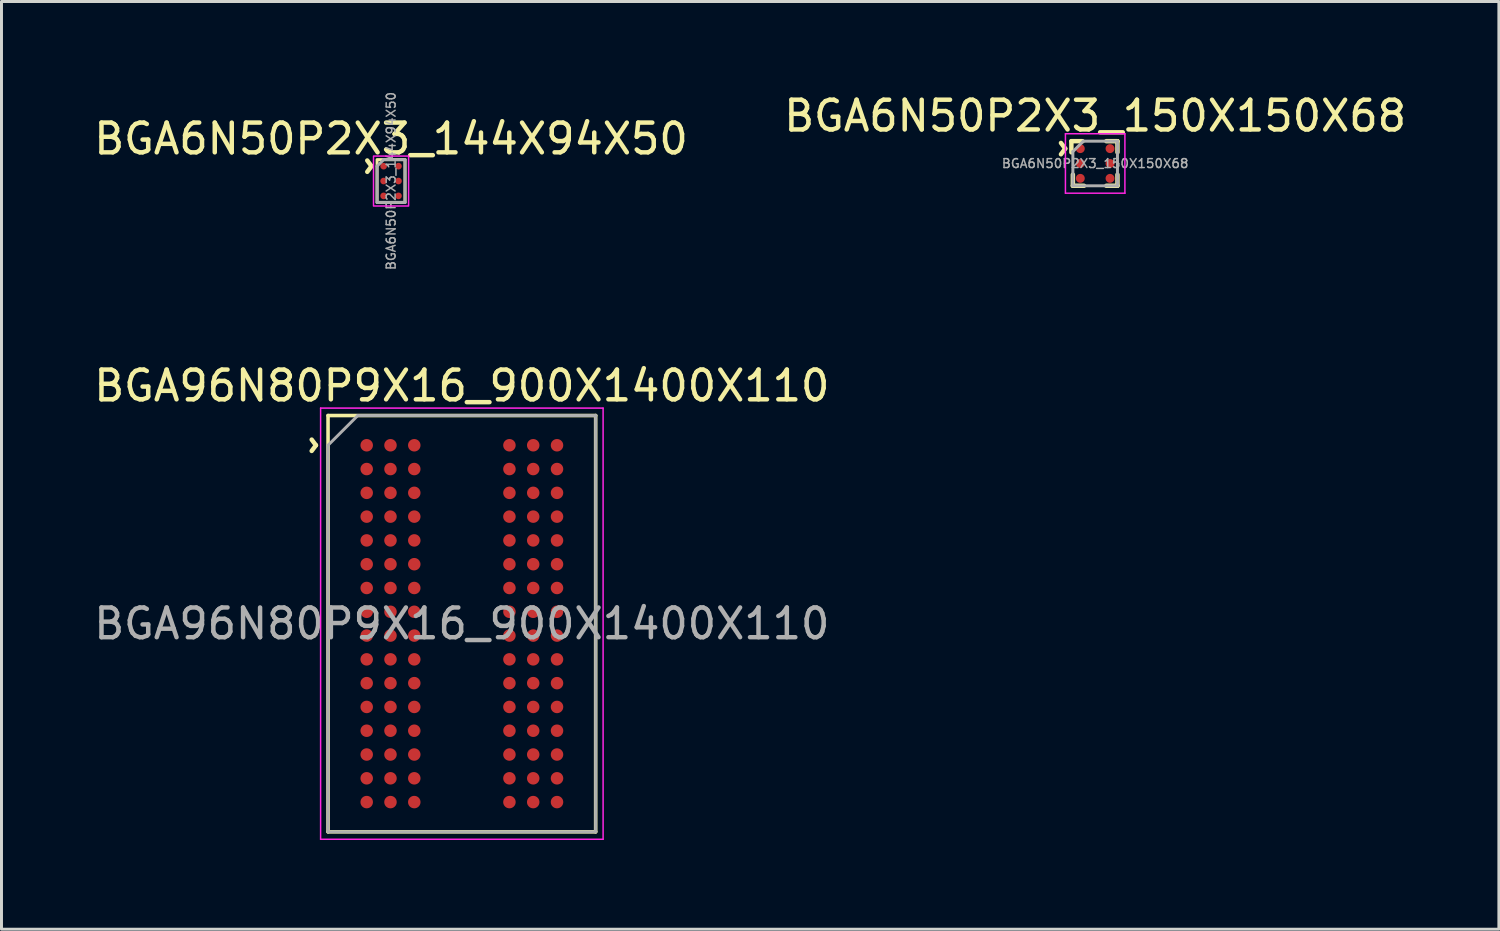
<source format=kicad_pcb>
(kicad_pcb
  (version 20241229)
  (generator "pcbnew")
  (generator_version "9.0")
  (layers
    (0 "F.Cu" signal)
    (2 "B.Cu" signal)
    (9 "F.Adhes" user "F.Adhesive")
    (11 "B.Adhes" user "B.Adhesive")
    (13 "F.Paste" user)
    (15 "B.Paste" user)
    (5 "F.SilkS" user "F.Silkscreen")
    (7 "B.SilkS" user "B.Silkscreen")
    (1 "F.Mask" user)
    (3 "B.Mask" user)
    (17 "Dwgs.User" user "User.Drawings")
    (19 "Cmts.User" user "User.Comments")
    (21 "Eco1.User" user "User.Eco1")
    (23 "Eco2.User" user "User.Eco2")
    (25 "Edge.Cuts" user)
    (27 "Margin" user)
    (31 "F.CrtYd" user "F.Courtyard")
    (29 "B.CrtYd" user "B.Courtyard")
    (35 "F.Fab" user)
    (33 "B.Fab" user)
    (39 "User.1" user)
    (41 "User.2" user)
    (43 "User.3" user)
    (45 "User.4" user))
  (footprint "BGA96N80P9X16_900X1400X110"
    (layer "F.Cu")
    (at 12.482 17.924)
    (property "Reference" "BGA96N80P9X16_900X1400X110" (at 0 -8 0) (layer "F.SilkS") (effects (font (size 1 1) (thickness 0.15))))
    (attr smd)
    (fp_line (start -4.5 -7) (end 4.5 -7) (stroke (width 0.12) (type solid)) (layer "F.SilkS"))
    (fp_line (start -4.5 7) (end -4.5 -7) (stroke (width 0.12) (type solid)) (layer "F.SilkS"))
    (fp_line (start 4.5 7) (end -4.5 7) (stroke (width 0.12) (type solid)) (layer "F.SilkS"))
    (fp_line (start 4.5 7) (end 4.5 -7) (stroke (width 0.12) (type solid)) (layer "F.SilkS"))
    (fp_line (start -4.75 -7.25) (end 4.75 -7.25) (stroke (width 0.05) (type solid)) (layer "F.CrtYd"))
    (fp_line (start -4.75 7.25) (end -4.75 -7.25) (stroke (width 0.05) (type solid)) (layer "F.CrtYd"))
    (fp_line (start 4.75 -7.25) (end 4.75 7.25) (stroke (width 0.05) (type solid)) (layer "F.CrtYd"))
    (fp_line (start 4.75 7.25) (end -4.75 7.25) (stroke (width 0.05) (type solid)) (layer "F.CrtYd"))
    (fp_line (start -4.5 -6) (end -4.5 7) (stroke (width 0.1) (type solid)) (layer "F.Fab"))
    (fp_line (start -4.5 7) (end 4.5 7) (stroke (width 0.1) (type solid)) (layer "F.Fab"))
    (fp_line (start -3.5 -7) (end -4.5 -6) (stroke (width 0.1) (type solid)) (layer "F.Fab"))
    (fp_line (start 4.5 -7) (end -3.5 -7) (stroke (width 0.1) (type solid)) (layer "F.Fab"))
    (fp_line (start 4.5 7) (end 4.5 -7) (stroke (width 0.1) (type solid)) (layer "F.Fab"))
    (fp_text user "^" (at -5.5 -6 270) (unlocked yes) (layer "F.SilkS") (effects (font (size 1 1) (thickness 0.15))))
    (fp_text user "${REFERENCE}" (at 0 0 0) (unlocked yes) (layer "F.Fab") (effects (font (size 1 1) (thickness 0.15))))
    (pad "A1" smd circle (at -3.2 -6) (size 0.42 0.42) (layers "F.Cu" "F.Mask" "F.Paste"))
    (pad "A2" smd circle (at -2.4 -6) (size 0.42 0.42) (layers "F.Cu" "F.Mask" "F.Paste"))
    (pad "A3" smd circle (at -1.6 -6) (size 0.42 0.42) (layers "F.Cu" "F.Mask" "F.Paste"))
    (pad "A7" smd circle (at 1.6 -6) (size 0.42 0.42) (layers "F.Cu" "F.Mask" "F.Paste"))
    (pad "A8" smd circle (at 2.4 -6) (size 0.42 0.42) (layers "F.Cu" "F.Mask" "F.Paste"))
    (pad "A9" smd circle (at 3.2 -6) (size 0.42 0.42) (layers "F.Cu" "F.Mask" "F.Paste"))
    (pad "B1" smd circle (at -3.2 -5.2) (size 0.42 0.42) (layers "F.Cu" "F.Mask" "F.Paste"))
    (pad "B2" smd circle (at -2.4 -5.2) (size 0.42 0.42) (layers "F.Cu" "F.Mask" "F.Paste"))
    (pad "B3" smd circle (at -1.6 -5.2) (size 0.42 0.42) (layers "F.Cu" "F.Mask" "F.Paste"))
    (pad "B7" smd circle (at 1.6 -5.2) (size 0.42 0.42) (layers "F.Cu" "F.Mask" "F.Paste"))
    (pad "B8" smd circle (at 2.4 -5.2) (size 0.42 0.42) (layers "F.Cu" "F.Mask" "F.Paste"))
    (pad "B9" smd circle (at 3.2 -5.2) (size 0.42 0.42) (layers "F.Cu" "F.Mask" "F.Paste"))
    (pad "C1" smd circle (at -3.2 -4.4) (size 0.42 0.42) (layers "F.Cu" "F.Mask" "F.Paste"))
    (pad "C2" smd circle (at -2.4 -4.4) (size 0.42 0.42) (layers "F.Cu" "F.Mask" "F.Paste"))
    (pad "C3" smd circle (at -1.6 -4.4) (size 0.42 0.42) (layers "F.Cu" "F.Mask" "F.Paste"))
    (pad "C7" smd circle (at 1.6 -4.4) (size 0.42 0.42) (layers "F.Cu" "F.Mask" "F.Paste"))
    (pad "C8" smd circle (at 2.4 -4.4) (size 0.42 0.42) (layers "F.Cu" "F.Mask" "F.Paste"))
    (pad "C9" smd circle (at 3.2 -4.4) (size 0.42 0.42) (layers "F.Cu" "F.Mask" "F.Paste"))
    (pad "D1" smd circle (at -3.2 -3.6) (size 0.42 0.42) (layers "F.Cu" "F.Mask" "F.Paste"))
    (pad "D2" smd circle (at -2.4 -3.6) (size 0.42 0.42) (layers "F.Cu" "F.Mask" "F.Paste"))
    (pad "D3" smd circle (at -1.6 -3.6) (size 0.42 0.42) (layers "F.Cu" "F.Mask" "F.Paste"))
    (pad "D7" smd circle (at 1.6 -3.6) (size 0.42 0.42) (layers "F.Cu" "F.Mask" "F.Paste"))
    (pad "D8" smd circle (at 2.4 -3.6) (size 0.42 0.42) (layers "F.Cu" "F.Mask" "F.Paste"))
    (pad "D9" smd circle (at 3.2 -3.6) (size 0.42 0.42) (layers "F.Cu" "F.Mask" "F.Paste"))
    (pad "E1" smd circle (at -3.2 -2.8) (size 0.42 0.42) (layers "F.Cu" "F.Mask" "F.Paste"))
    (pad "E2" smd circle (at -2.4 -2.8) (size 0.42 0.42) (layers "F.Cu" "F.Mask" "F.Paste"))
    (pad "E3" smd circle (at -1.6 -2.8) (size 0.42 0.42) (layers "F.Cu" "F.Mask" "F.Paste"))
    (pad "E7" smd circle (at 1.6 -2.8) (size 0.42 0.42) (layers "F.Cu" "F.Mask" "F.Paste"))
    (pad "E8" smd circle (at 2.4 -2.8) (size 0.42 0.42) (layers "F.Cu" "F.Mask" "F.Paste"))
    (pad "E9" smd circle (at 3.2 -2.8) (size 0.42 0.42) (layers "F.Cu" "F.Mask" "F.Paste"))
    (pad "F1" smd circle (at -3.2 -2) (size 0.42 0.42) (layers "F.Cu" "F.Mask" "F.Paste"))
    (pad "F2" smd circle (at -2.4 -2) (size 0.42 0.42) (layers "F.Cu" "F.Mask" "F.Paste"))
    (pad "F3" smd circle (at -1.6 -2) (size 0.42 0.42) (layers "F.Cu" "F.Mask" "F.Paste"))
    (pad "F7" smd circle (at 1.6 -2) (size 0.42 0.42) (layers "F.Cu" "F.Mask" "F.Paste"))
    (pad "F8" smd circle (at 2.4 -2) (size 0.42 0.42) (layers "F.Cu" "F.Mask" "F.Paste"))
    (pad "F9" smd circle (at 3.2 -2) (size 0.42 0.42) (layers "F.Cu" "F.Mask" "F.Paste"))
    (pad "G1" smd circle (at -3.2 -1.2) (size 0.42 0.42) (layers "F.Cu" "F.Mask" "F.Paste"))
    (pad "G2" smd circle (at -2.4 -1.2) (size 0.42 0.42) (layers "F.Cu" "F.Mask" "F.Paste"))
    (pad "G3" smd circle (at -1.6 -1.2) (size 0.42 0.42) (layers "F.Cu" "F.Mask" "F.Paste"))
    (pad "G7" smd circle (at 1.6 -1.2) (size 0.42 0.42) (layers "F.Cu" "F.Mask" "F.Paste"))
    (pad "G8" smd circle (at 2.4 -1.2) (size 0.42 0.42) (layers "F.Cu" "F.Mask" "F.Paste"))
    (pad "G9" smd circle (at 3.2 -1.2) (size 0.42 0.42) (layers "F.Cu" "F.Mask" "F.Paste"))
    (pad "H1" smd circle (at -3.2 -0.4) (size 0.42 0.42) (layers "F.Cu" "F.Mask" "F.Paste"))
    (pad "H2" smd circle (at -2.4 -0.4) (size 0.42 0.42) (layers "F.Cu" "F.Mask" "F.Paste"))
    (pad "H3" smd circle (at -1.6 -0.4) (size 0.42 0.42) (layers "F.Cu" "F.Mask" "F.Paste"))
    (pad "H7" smd circle (at 1.6 -0.4) (size 0.42 0.42) (layers "F.Cu" "F.Mask" "F.Paste"))
    (pad "H8" smd circle (at 2.4 -0.4) (size 0.42 0.42) (layers "F.Cu" "F.Mask" "F.Paste"))
    (pad "H9" smd circle (at 3.2 -0.4) (size 0.42 0.42) (layers "F.Cu" "F.Mask" "F.Paste"))
    (pad "J1" smd circle (at -3.2 0.4) (size 0.42 0.42) (layers "F.Cu" "F.Mask" "F.Paste"))
    (pad "J2" smd circle (at -2.4 0.4) (size 0.42 0.42) (layers "F.Cu" "F.Mask" "F.Paste"))
    (pad "J3" smd circle (at -1.6 0.4) (size 0.42 0.42) (layers "F.Cu" "F.Mask" "F.Paste"))
    (pad "J7" smd circle (at 1.6 0.4) (size 0.42 0.42) (layers "F.Cu" "F.Mask" "F.Paste"))
    (pad "J8" smd circle (at 2.4 0.4) (size 0.42 0.42) (layers "F.Cu" "F.Mask" "F.Paste"))
    (pad "J9" smd circle (at 3.2 0.4) (size 0.42 0.42) (layers "F.Cu" "F.Mask" "F.Paste"))
    (pad "K1" smd circle (at -3.2 1.2) (size 0.42 0.42) (layers "F.Cu" "F.Mask" "F.Paste"))
    (pad "K2" smd circle (at -2.4 1.2) (size 0.42 0.42) (layers "F.Cu" "F.Mask" "F.Paste"))
    (pad "K3" smd circle (at -1.6 1.2) (size 0.42 0.42) (layers "F.Cu" "F.Mask" "F.Paste"))
    (pad "K7" smd circle (at 1.6 1.2) (size 0.42 0.42) (layers "F.Cu" "F.Mask" "F.Paste"))
    (pad "K8" smd circle (at 2.4 1.2) (size 0.42 0.42) (layers "F.Cu" "F.Mask" "F.Paste"))
    (pad "K9" smd circle (at 3.2 1.2) (size 0.42 0.42) (layers "F.Cu" "F.Mask" "F.Paste"))
    (pad "L1" smd circle (at -3.2 2) (size 0.42 0.42) (layers "F.Cu" "F.Mask" "F.Paste"))
    (pad "L2" smd circle (at -2.4 2) (size 0.42 0.42) (layers "F.Cu" "F.Mask" "F.Paste"))
    (pad "L3" smd circle (at -1.6 2) (size 0.42 0.42) (layers "F.Cu" "F.Mask" "F.Paste"))
    (pad "L7" smd circle (at 1.6 2) (size 0.42 0.42) (layers "F.Cu" "F.Mask" "F.Paste"))
    (pad "L8" smd circle (at 2.4 2) (size 0.42 0.42) (layers "F.Cu" "F.Mask" "F.Paste"))
    (pad "L9" smd circle (at 3.2 2) (size 0.42 0.42) (layers "F.Cu" "F.Mask" "F.Paste"))
    (pad "M1" smd circle (at -3.2 2.8) (size 0.42 0.42) (layers "F.Cu" "F.Mask" "F.Paste"))
    (pad "M2" smd circle (at -2.4 2.8) (size 0.42 0.42) (layers "F.Cu" "F.Mask" "F.Paste"))
    (pad "M3" smd circle (at -1.6 2.8) (size 0.42 0.42) (layers "F.Cu" "F.Mask" "F.Paste"))
    (pad "M7" smd circle (at 1.6 2.8) (size 0.42 0.42) (layers "F.Cu" "F.Mask" "F.Paste"))
    (pad "M8" smd circle (at 2.4 2.8) (size 0.42 0.42) (layers "F.Cu" "F.Mask" "F.Paste"))
    (pad "M9" smd circle (at 3.2 2.8) (size 0.42 0.42) (layers "F.Cu" "F.Mask" "F.Paste"))
    (pad "N1" smd circle (at -3.2 3.6) (size 0.42 0.42) (layers "F.Cu" "F.Mask" "F.Paste"))
    (pad "N2" smd circle (at -2.4 3.6) (size 0.42 0.42) (layers "F.Cu" "F.Mask" "F.Paste"))
    (pad "N3" smd circle (at -1.6 3.6) (size 0.42 0.42) (layers "F.Cu" "F.Mask" "F.Paste"))
    (pad "N7" smd circle (at 1.6 3.6) (size 0.42 0.42) (layers "F.Cu" "F.Mask" "F.Paste"))
    (pad "N8" smd circle (at 2.4 3.6) (size 0.42 0.42) (layers "F.Cu" "F.Mask" "F.Paste"))
    (pad "N9" smd circle (at 3.2 3.6) (size 0.42 0.42) (layers "F.Cu" "F.Mask" "F.Paste"))
    (pad "P1" smd circle (at -3.2 4.4) (size 0.42 0.42) (layers "F.Cu" "F.Mask" "F.Paste"))
    (pad "P2" smd circle (at -2.4 4.4) (size 0.42 0.42) (layers "F.Cu" "F.Mask" "F.Paste"))
    (pad "P3" smd circle (at -1.6 4.4) (size 0.42 0.42) (layers "F.Cu" "F.Mask" "F.Paste"))
    (pad "P7" smd circle (at 1.6 4.4) (size 0.42 0.42) (layers "F.Cu" "F.Mask" "F.Paste"))
    (pad "P8" smd circle (at 2.4 4.4) (size 0.42 0.42) (layers "F.Cu" "F.Mask" "F.Paste"))
    (pad "P9" smd circle (at 3.2 4.4) (size 0.42 0.42) (layers "F.Cu" "F.Mask" "F.Paste"))
    (pad "R1" smd circle (at -3.2 5.2) (size 0.42 0.42) (layers "F.Cu" "F.Mask" "F.Paste"))
    (pad "R2" smd circle (at -2.4 5.2) (size 0.42 0.42) (layers "F.Cu" "F.Mask" "F.Paste"))
    (pad "R3" smd circle (at -1.6 5.2) (size 0.42 0.42) (layers "F.Cu" "F.Mask" "F.Paste"))
    (pad "R7" smd circle (at 1.6 5.2) (size 0.42 0.42) (layers "F.Cu" "F.Mask" "F.Paste"))
    (pad "R8" smd circle (at 2.4 5.2) (size 0.42 0.42) (layers "F.Cu" "F.Mask" "F.Paste"))
    (pad "R9" smd circle (at 3.2 5.2) (size 0.42 0.42) (layers "F.Cu" "F.Mask" "F.Paste"))
    (pad "T1" smd circle (at -3.2 6) (size 0.42 0.42) (layers "F.Cu" "F.Mask" "F.Paste"))
    (pad "T2" smd circle (at -2.4 6) (size 0.42 0.42) (layers "F.Cu" "F.Mask" "F.Paste"))
    (pad "T3" smd circle (at -1.6 6) (size 0.42 0.42) (layers "F.Cu" "F.Mask" "F.Paste"))
    (pad "T7" smd circle (at 1.6 6) (size 0.42 0.42) (layers "F.Cu" "F.Mask" "F.Paste"))
    (pad "T8" smd circle (at 2.4 6) (size 0.42 0.42) (layers "F.Cu" "F.Mask" "F.Paste"))
    (pad "T9" smd circle (at 3.2 6) (size 0.42 0.42) (layers "F.Cu" "F.Mask" "F.Paste")))
  (footprint "BGA6N50P2X3_150X150X68"
    (layer "F.Cu")
    (at 33.78 2.448)
    (property "Reference" "BGA6N50P2X3_150X150X68" (at 0 -1.6 0) (layer "F.SilkS") (effects (font (size 1 1) (thickness 0.15))))
    (attr smd)
    (fp_line (start -0.8 -0.75) (end -0.425 -0.75) (stroke (width 0.15) (type solid)) (layer "F.SilkS"))
    (fp_line (start -0.8 -0.375) (end -0.8 -0.75) (stroke (width 0.15) (type solid)) (layer "F.SilkS"))
    (fp_line (start -0.75 0.75) (end -0.75 0.375) (stroke (width 0.15) (type solid)) (layer "F.SilkS"))
    (fp_line (start -0.375 0.75) (end -0.75 0.75) (stroke (width 0.15) (type solid)) (layer "F.SilkS"))
    (fp_line (start 0.375 -0.75) (end 0.75 -0.75) (stroke (width 0.15) (type solid)) (layer "F.SilkS"))
    (fp_line (start 0.375 0.75) (end 0.75 0.75) (stroke (width 0.15) (type solid)) (layer "F.SilkS"))
    (fp_line (start 0.75 -0.75) (end 0.75 -0.375) (stroke (width 0.15) (type solid)) (layer "F.SilkS"))
    (fp_line (start 0.75 0.75) (end 0.75 0.375) (stroke (width 0.15) (type solid)) (layer "F.SilkS"))
    (fp_line (start -1 -1) (end 1 -1) (stroke (width 0.05) (type solid)) (layer "F.CrtYd"))
    (fp_line (start -1 1) (end -1 -1) (stroke (width 0.05) (type solid)) (layer "F.CrtYd"))
    (fp_line (start 1 -1) (end 1 1) (stroke (width 0.05) (type solid)) (layer "F.CrtYd"))
    (fp_line (start 1 1) (end -1 1) (stroke (width 0.05) (type solid)) (layer "F.CrtYd"))
    (fp_line (start -0.75 0.75) (end -0.75 -0.4) (stroke (width 0.1) (type solid)) (layer "F.Fab"))
    (fp_line (start -0.75 0.75) (end 0.75 0.75) (stroke (width 0.1) (type solid)) (layer "F.Fab"))
    (fp_line (start -0.4 -0.75) (end -0.75 -0.4) (stroke (width 0.1) (type solid)) (layer "F.Fab"))
    (fp_line (start 0.75 -0.75) (end -0.4 -0.75) (stroke (width 0.1) (type solid)) (layer "F.Fab"))
    (fp_line (start 0.75 0.75) (end 0.75 -0.75) (stroke (width 0.1) (type solid)) (layer "F.Fab"))
    (fp_text user "^" (at -1.6 -0.5 270) (unlocked yes) (layer "F.SilkS") (effects (font (size 1 1) (thickness 0.15))))
    (fp_text user "${REFERENCE}" (at 0 0 0) (unlocked yes) (layer "F.Fab") (effects (font (size 0.3 0.3) (thickness 0.05))))
    (pad "A1" smd circle (at -0.5 -0.5) (size 0.3 0.3) (layers "F.Cu" "F.Mask" "F.Paste"))
    (pad "A2" smd circle (at 0.5 -0.5) (size 0.3 0.3) (layers "F.Cu" "F.Mask" "F.Paste"))
    (pad "B1" smd circle (at -0.5 0) (size 0.3 0.3) (layers "F.Cu" "F.Mask" "F.Paste"))
    (pad "B2" smd circle (at 0.5 0) (size 0.3 0.3) (layers "F.Cu" "F.Mask" "F.Paste"))
    (pad "C1" smd circle (at -0.5 0.5) (size 0.3 0.3) (layers "F.Cu" "F.Mask" "F.Paste"))
    (pad "C2" smd circle (at 0.5 0.5) (size 0.3 0.3) (layers "F.Cu" "F.Mask" "F.Paste")))
  (footprint "BGA6N50P2X3_144X94X50"
    (layer "F.Cu")
    (at 10.101 3.038)
    (property "Reference" "BGA6N50P2X3_144X94X50" (at 0 -1.42 0) (unlocked yes) (layer "F.SilkS") (effects (font (size 1 1) (thickness 0.15))))
    (fp_rect (start -0.47 -0.72) (end 0.47 0.72) (stroke (width 0.1) (type solid)) (fill no) (layer "F.SilkS"))
    (fp_rect (start -0.59 -0.84) (end 0.59 0.84) (stroke (width 0.05) (type solid)) (fill no) (layer "F.CrtYd"))
    (fp_line (start -0.47 -0.5) (end -0.25 -0.72) (stroke (width 0.1) (type solid)) (layer "F.Fab"))
    (fp_line (start -0.47 0.72) (end -0.47 -0.5) (stroke (width 0.1) (type solid)) (layer "F.Fab"))
    (fp_line (start -0.25 -0.72) (end 0.47 -0.72) (stroke (width 0.1) (type solid)) (layer "F.Fab"))
    (fp_line (start 0.47 -0.72) (end 0.47 0.72) (stroke (width 0.1) (type solid)) (layer "F.Fab"))
    (fp_line (start 0.47 0.72) (end -0.47 0.72) (stroke (width 0.1) (type solid)) (layer "F.Fab"))
    (fp_text user "^" (at -1.25 -0.5 270) (unlocked yes) (layer "F.SilkS") (effects (font (size 1 1) (thickness 0.15))))
    (fp_text user "${REFERENCE}" (at 0 0 90) (unlocked yes) (layer "F.Fab") (effects (font (size 0.3 0.3) (thickness 0.05))))
    (pad "A1" smd circle (at -0.25 -0.5) (size 0.225 0.225) (layers "F.Cu" "F.Mask" "F.Paste"))
    (pad "A2" smd circle (at 0.25 -0.5) (size 0.225 0.225) (layers "F.Cu" "F.Mask" "F.Paste"))
    (pad "B1" smd circle (at -0.25 0) (size 0.225 0.225) (layers "F.Cu" "F.Mask" "F.Paste"))
    (pad "B2" smd circle (at 0.25 0) (size 0.225 0.225) (layers "F.Cu" "F.Mask" "F.Paste"))
    (pad "C1" smd circle (at -0.25 0.5) (size 0.225 0.225) (layers "F.Cu" "F.Mask" "F.Paste"))
    (pad "C2" smd circle (at 0.25 0.5) (size 0.225 0.225) (layers "F.Cu" "F.Mask" "F.Paste")))
  (gr_rect
    (start -3 -3)
    (end 47.357 28.199)
    (stroke (width 0.1) (type default))
    (fill no)
    (layer "Edge.Cuts")))
</source>
